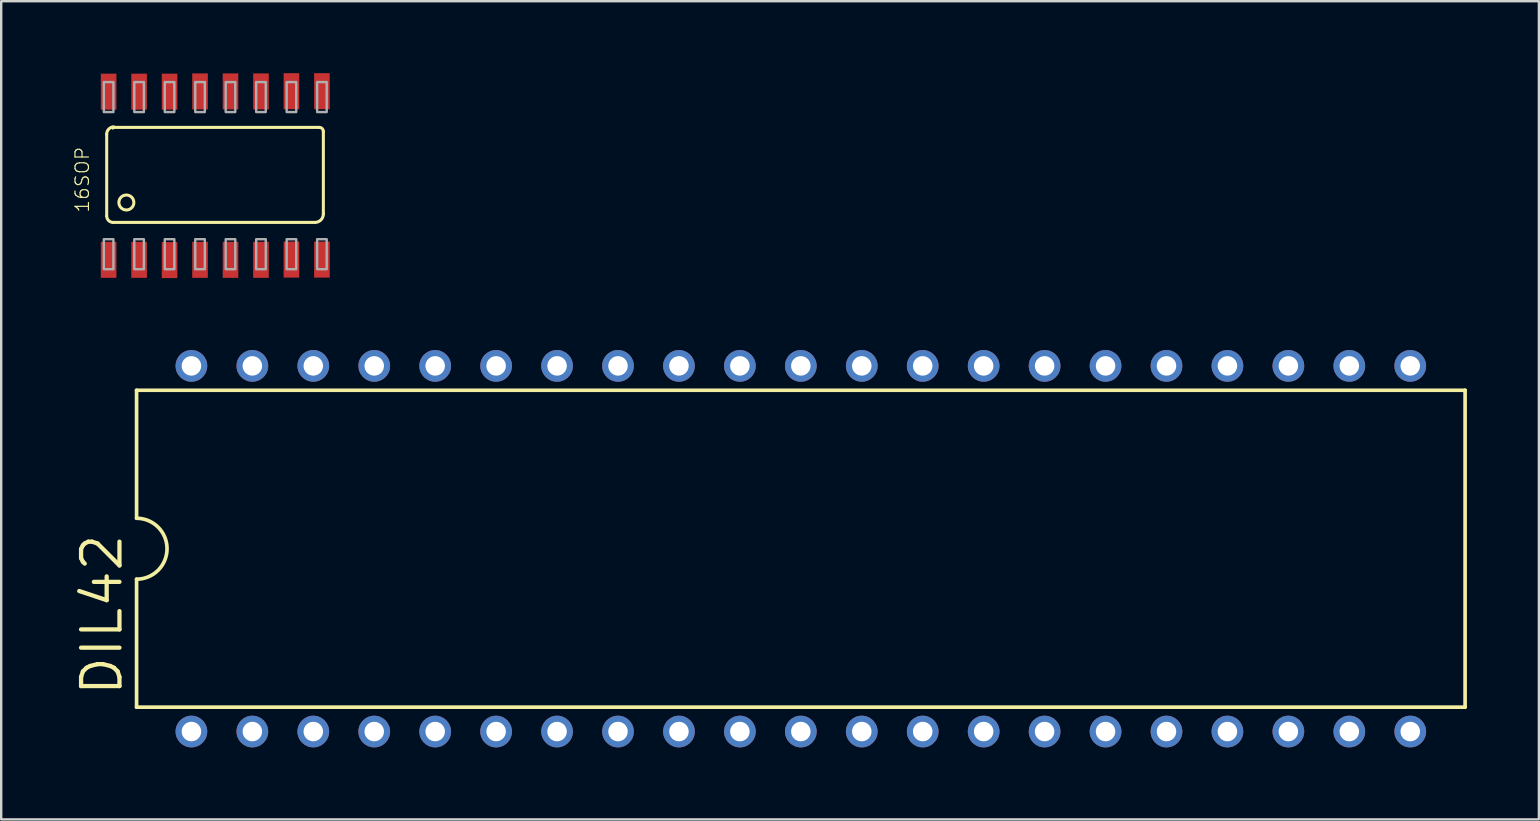
<source format=kicad_pcb>
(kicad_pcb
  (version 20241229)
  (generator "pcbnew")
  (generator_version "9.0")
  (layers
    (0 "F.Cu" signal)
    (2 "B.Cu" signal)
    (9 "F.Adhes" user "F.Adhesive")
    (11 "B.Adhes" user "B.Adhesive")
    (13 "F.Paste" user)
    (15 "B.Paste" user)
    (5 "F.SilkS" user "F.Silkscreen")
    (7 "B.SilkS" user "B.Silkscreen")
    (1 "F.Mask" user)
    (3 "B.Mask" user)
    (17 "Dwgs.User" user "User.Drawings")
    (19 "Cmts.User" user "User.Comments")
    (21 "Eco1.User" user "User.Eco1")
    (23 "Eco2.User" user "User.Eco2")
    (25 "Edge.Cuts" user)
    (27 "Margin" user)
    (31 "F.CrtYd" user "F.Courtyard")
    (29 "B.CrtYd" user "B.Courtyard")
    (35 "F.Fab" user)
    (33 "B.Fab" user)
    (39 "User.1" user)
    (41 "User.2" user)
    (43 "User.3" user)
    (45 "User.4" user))
  (footprint "16SOP"
    (layer "F.Cu")
    (at 1.277 6.92)
    (property "Reference" "16SOP" (at -0.57 -1.07 90) (layer "F.SilkS") (effects (font (size 0.561 0.561) (thickness 0.049)) (justify left bottom)))
    (fp_line (start 0.12 -4.38) (end 0.12 -0.97) (stroke (width 0.127) (type solid)) (layer "F.SilkS"))
    (fp_line (start 0.36 -4.66) (end 0.33 -4.66) (stroke (width 0.127) (type solid)) (layer "F.SilkS"))
    (fp_line (start 0.36 -4.66) (end 0.37 -4.66) (stroke (width 0.127) (type solid)) (layer "F.SilkS"))
    (fp_line (start 0.38 -4.66) (end 0.38 -4.64) (stroke (width 0.127) (type solid)) (layer "F.SilkS"))
    (fp_line (start 0.39 -0.7) (end 8.8 -0.7) (stroke (width 0.127) (type solid)) (layer "F.SilkS"))
    (fp_line (start 8.98 -4.66) (end 0.38 -4.66) (stroke (width 0.127) (type solid)) (layer "F.SilkS"))
    (fp_line (start 9.15 -1.05) (end 9.15 -4.49) (stroke (width 0.127) (type solid)) (layer "F.SilkS"))
    (fp_arc (start 0.12 -4.38) (mid 0.207868 -4.592132) (end 0.42 -4.68) (stroke (width 0.127) (type solid)) (layer "F.SilkS"))
    (fp_arc (start 0.36 -4.66) (mid 0.374142 -4.654142) (end 0.38 -4.64) (stroke (width 0.127) (type solid)) (layer "F.SilkS"))
    (fp_arc (start 0.39 -0.7) (mid 0.199081 -0.779081) (end 0.12 -0.97) (stroke (width 0.127) (type solid)) (layer "F.SilkS"))
    (fp_arc (start 8.98 -4.66) (mid 9.100208 -4.610208) (end 9.15 -4.49) (stroke (width 0.127) (type solid)) (layer "F.SilkS"))
    (fp_arc (start 9.15 -1.05) (mid 9.047487 -0.802513) (end 8.8 -0.7) (stroke (width 0.127) (type solid)) (layer "F.SilkS"))
    (fp_circle (center 0.94 -1.53) (end 1.252 -1.53) (stroke (width 0.127) (type solid)) (fill no) (layer "F.SilkS"))
    (fp_poly (pts (xy 0 -5.3) (xy 0.4 -5.3) (xy 0.4 -6.55) (xy 0 -6.55)) (stroke (width 0.1) (type solid)) (fill no) (layer "F.Fab"))
    (fp_poly (pts (xy 0 1.25) (xy 0.4 1.25) (xy 0.4 0) (xy 0 0)) (stroke (width 0.1) (type solid)) (fill no) (layer "F.Fab"))
    (fp_poly (pts (xy 1.27 -5.3) (xy 1.67 -5.3) (xy 1.67 -6.55) (xy 1.27 -6.55)) (stroke (width 0.1) (type solid)) (fill no) (layer "F.Fab"))
    (fp_poly (pts (xy 1.27 1.25) (xy 1.67 1.25) (xy 1.67 0) (xy 1.27 0)) (stroke (width 0.1) (type solid)) (fill no) (layer "F.Fab"))
    (fp_poly (pts (xy 2.54 -5.3) (xy 2.94 -5.3) (xy 2.94 -6.55) (xy 2.54 -6.55)) (stroke (width 0.1) (type solid)) (fill no) (layer "F.Fab"))
    (fp_poly (pts (xy 2.54 1.25) (xy 2.94 1.25) (xy 2.94 0) (xy 2.54 0)) (stroke (width 0.1) (type solid)) (fill no) (layer "F.Fab"))
    (fp_poly (pts (xy 3.81 -5.3) (xy 4.21 -5.3) (xy 4.21 -6.55) (xy 3.81 -6.55)) (stroke (width 0.1) (type solid)) (fill no) (layer "F.Fab"))
    (fp_poly (pts (xy 3.81 1.25) (xy 4.21 1.25) (xy 4.21 0) (xy 3.81 0)) (stroke (width 0.1) (type solid)) (fill no) (layer "F.Fab"))
    (fp_poly (pts (xy 5.08 -5.3) (xy 5.48 -5.3) (xy 5.48 -6.55) (xy 5.08 -6.55)) (stroke (width 0.1) (type solid)) (fill no) (layer "F.Fab"))
    (fp_poly (pts (xy 5.08 1.25) (xy 5.48 1.25) (xy 5.48 0) (xy 5.08 0)) (stroke (width 0.1) (type solid)) (fill no) (layer "F.Fab"))
    (fp_poly (pts (xy 6.35 -5.3) (xy 6.75 -5.3) (xy 6.75 -6.55) (xy 6.35 -6.55)) (stroke (width 0.1) (type solid)) (fill no) (layer "F.Fab"))
    (fp_poly (pts (xy 6.35 1.25) (xy 6.75 1.25) (xy 6.75 0) (xy 6.35 0)) (stroke (width 0.1) (type solid)) (fill no) (layer "F.Fab"))
    (fp_poly (pts (xy 7.62 -5.3) (xy 8.02 -5.3) (xy 8.02 -6.55) (xy 7.62 -6.55)) (stroke (width 0.1) (type solid)) (fill no) (layer "F.Fab"))
    (fp_poly (pts (xy 7.62 1.25) (xy 8.02 1.25) (xy 8.02 0) (xy 7.62 0)) (stroke (width 0.1) (type solid)) (fill no) (layer "F.Fab"))
    (fp_poly (pts (xy 8.89 -5.3) (xy 9.29 -5.3) (xy 9.29 -6.55) (xy 8.89 -6.55)) (stroke (width 0.1) (type solid)) (fill no) (layer "F.Fab"))
    (fp_poly (pts (xy 8.89 1.25) (xy 9.29 1.25) (xy 9.29 0) (xy 8.89 0)) (stroke (width 0.1) (type solid)) (fill no) (layer "F.Fab"))
    (pad "1" smd rect (at 0.2 0.86 90) (size 1.5 0.65) (layers "F.Cu" "F.Mask" "F.Paste"))
    (pad "2" smd rect (at 1.47 0.86 90) (size 1.5 0.65) (layers "F.Cu" "F.Mask" "F.Paste"))
    (pad "3" smd rect (at 2.74 0.87 90) (size 1.5 0.65) (layers "F.Cu" "F.Mask" "F.Paste"))
    (pad "4" smd rect (at 4.01 0.86 90) (size 1.5 0.65) (layers "F.Cu" "F.Mask" "F.Paste"))
    (pad "5" smd rect (at 5.28 0.86 90) (size 1.5 0.65) (layers "F.Cu" "F.Mask" "F.Paste"))
    (pad "6" smd rect (at 6.55 0.86 90) (size 1.5 0.65) (layers "F.Cu" "F.Mask" "F.Paste"))
    (pad "7" smd rect (at 7.82 0.85 90) (size 1.5 0.65) (layers "F.Cu" "F.Mask" "F.Paste"))
    (pad "8" smd rect (at 9.09 0.85 90) (size 1.5 0.65) (layers "F.Cu" "F.Mask" "F.Paste"))
    (pad "9" smd rect (at 9.09 -6.17 90) (size 1.5 0.65) (layers "F.Cu" "F.Mask" "F.Paste"))
    (pad "10" smd rect (at 7.82 -6.17 90) (size 1.5 0.65) (layers "F.Cu" "F.Mask" "F.Paste"))
    (pad "11" smd rect (at 6.55 -6.16 90) (size 1.5 0.65) (layers "F.Cu" "F.Mask" "F.Paste"))
    (pad "12" smd rect (at 5.28 -6.16 90) (size 1.5 0.65) (layers "F.Cu" "F.Mask" "F.Paste"))
    (pad "13" smd rect (at 4.01 -6.16 90) (size 1.5 0.65) (layers "F.Cu" "F.Mask" "F.Paste"))
    (pad "14" smd rect (at 2.74 -6.15 90) (size 1.5 0.65) (layers "F.Cu" "F.Mask" "F.Paste"))
    (pad "15" smd rect (at 1.47 -6.15 90) (size 1.5 0.65) (layers "F.Cu" "F.Mask" "F.Paste"))
    (pad "16" smd rect (at 0.2 -6.15 90) (size 1.5 0.65) (layers "F.Cu" "F.Mask" "F.Paste")))
  (footprint "DIL42"
    (layer "F.Cu")
    (at 30.328 19.82)
    (property "Reference" "DIL42" (at -28.194 6.223 90) (layer "F.SilkS") (effects (font (size 1.6 1.6) (thickness 0.178)) (justify left bottom)))
    (fp_line (start -27.686 -6.604) (end -27.686 -1.27) (stroke (width 0.152) (type solid)) (layer "F.SilkS"))
    (fp_line (start -27.686 -6.604) (end 27.686 -6.604) (stroke (width 0.152) (type solid)) (layer "F.SilkS"))
    (fp_line (start -27.686 1.27) (end -27.686 6.604) (stroke (width 0.152) (type solid)) (layer "F.SilkS"))
    (fp_line (start -27.686 6.604) (end 27.686 6.604) (stroke (width 0.152) (type solid)) (layer "F.SilkS"))
    (fp_line (start 27.686 6.604) (end 27.686 -6.604) (stroke (width 0.152) (type solid)) (layer "F.SilkS"))
    (fp_arc (start -27.686 -1.27) (mid -26.416 0) (end -27.686 1.27) (stroke (width 0.1524) (type solid)) (layer "F.SilkS"))
    (pad "1" thru_hole circle (at -25.4 7.62 90) (size 1.321 1.321) (drill 0.813) (layers "*.Cu" "*.Mask"))
    (pad "2" thru_hole circle (at -22.86 7.62 90) (size 1.321 1.321) (drill 0.813) (layers "*.Cu" "*.Mask"))
    (pad "3" thru_hole circle (at -20.32 7.62 90) (size 1.321 1.321) (drill 0.813) (layers "*.Cu" "*.Mask"))
    (pad "4" thru_hole circle (at -17.78 7.62 90) (size 1.321 1.321) (drill 0.813) (layers "*.Cu" "*.Mask"))
    (pad "5" thru_hole circle (at -15.24 7.62 90) (size 1.321 1.321) (drill 0.813) (layers "*.Cu" "*.Mask"))
    (pad "6" thru_hole circle (at -12.7 7.62 90) (size 1.321 1.321) (drill 0.813) (layers "*.Cu" "*.Mask"))
    (pad "7" thru_hole circle (at -10.16 7.62 90) (size 1.321 1.321) (drill 0.813) (layers "*.Cu" "*.Mask"))
    (pad "8" thru_hole circle (at -7.62 7.62 90) (size 1.321 1.321) (drill 0.813) (layers "*.Cu" "*.Mask"))
    (pad "9" thru_hole circle (at -5.08 7.62 90) (size 1.321 1.321) (drill 0.813) (layers "*.Cu" "*.Mask"))
    (pad "10" thru_hole circle (at -2.54 7.62 90) (size 1.321 1.321) (drill 0.813) (layers "*.Cu" "*.Mask"))
    (pad "11" thru_hole circle (at 0 7.62 90) (size 1.321 1.321) (drill 0.813) (layers "*.Cu" "*.Mask"))
    (pad "12" thru_hole circle (at 2.54 7.62 90) (size 1.321 1.321) (drill 0.813) (layers "*.Cu" "*.Mask"))
    (pad "13" thru_hole circle (at 5.08 7.62 90) (size 1.321 1.321) (drill 0.813) (layers "*.Cu" "*.Mask"))
    (pad "14" thru_hole circle (at 7.62 7.62 90) (size 1.321 1.321) (drill 0.813) (layers "*.Cu" "*.Mask"))
    (pad "15" thru_hole circle (at 10.16 7.62 90) (size 1.321 1.321) (drill 0.813) (layers "*.Cu" "*.Mask"))
    (pad "16" thru_hole circle (at 12.7 7.62 90) (size 1.321 1.321) (drill 0.813) (layers "*.Cu" "*.Mask"))
    (pad "17" thru_hole circle (at 15.24 7.62 90) (size 1.321 1.321) (drill 0.813) (layers "*.Cu" "*.Mask"))
    (pad "18" thru_hole circle (at 17.78 7.62 90) (size 1.321 1.321) (drill 0.813) (layers "*.Cu" "*.Mask"))
    (pad "19" thru_hole circle (at 20.32 7.62 90) (size 1.321 1.321) (drill 0.813) (layers "*.Cu" "*.Mask"))
    (pad "20" thru_hole circle (at 22.86 7.62 90) (size 1.321 1.321) (drill 0.813) (layers "*.Cu" "*.Mask"))
    (pad "21" thru_hole circle (at 25.4 7.62 90) (size 1.321 1.321) (drill 0.813) (layers "*.Cu" "*.Mask"))
    (pad "22" thru_hole circle (at 25.4 -7.62 90) (size 1.321 1.321) (drill 0.813) (layers "*.Cu" "*.Mask"))
    (pad "23" thru_hole circle (at 22.86 -7.62 90) (size 1.321 1.321) (drill 0.813) (layers "*.Cu" "*.Mask"))
    (pad "24" thru_hole circle (at 20.32 -7.62 90) (size 1.321 1.321) (drill 0.813) (layers "*.Cu" "*.Mask"))
    (pad "25" thru_hole circle (at 17.78 -7.62 90) (size 1.321 1.321) (drill 0.813) (layers "*.Cu" "*.Mask"))
    (pad "26" thru_hole circle (at 15.24 -7.62 90) (size 1.321 1.321) (drill 0.813) (layers "*.Cu" "*.Mask"))
    (pad "27" thru_hole circle (at 12.7 -7.62 90) (size 1.321 1.321) (drill 0.813) (layers "*.Cu" "*.Mask"))
    (pad "28" thru_hole circle (at 10.16 -7.62 90) (size 1.321 1.321) (drill 0.813) (layers "*.Cu" "*.Mask"))
    (pad "29" thru_hole circle (at 7.62 -7.62 90) (size 1.321 1.321) (drill 0.813) (layers "*.Cu" "*.Mask"))
    (pad "30" thru_hole circle (at 5.08 -7.62 90) (size 1.321 1.321) (drill 0.813) (layers "*.Cu" "*.Mask"))
    (pad "31" thru_hole circle (at 2.54 -7.62 90) (size 1.321 1.321) (drill 0.813) (layers "*.Cu" "*.Mask"))
    (pad "32" thru_hole circle (at 0 -7.62 90) (size 1.321 1.321) (drill 0.813) (layers "*.Cu" "*.Mask"))
    (pad "33" thru_hole circle (at -2.54 -7.62 90) (size 1.321 1.321) (drill 0.813) (layers "*.Cu" "*.Mask"))
    (pad "34" thru_hole circle (at -5.08 -7.62 90) (size 1.321 1.321) (drill 0.813) (layers "*.Cu" "*.Mask"))
    (pad "35" thru_hole circle (at -7.62 -7.62 90) (size 1.321 1.321) (drill 0.813) (layers "*.Cu" "*.Mask"))
    (pad "36" thru_hole circle (at -10.16 -7.62 90) (size 1.321 1.321) (drill 0.813) (layers "*.Cu" "*.Mask"))
    (pad "37" thru_hole circle (at -12.7 -7.62 90) (size 1.321 1.321) (drill 0.813) (layers "*.Cu" "*.Mask"))
    (pad "38" thru_hole circle (at -15.24 -7.62 90) (size 1.321 1.321) (drill 0.813) (layers "*.Cu" "*.Mask"))
    (pad "39" thru_hole circle (at -17.78 -7.62 90) (size 1.321 1.321) (drill 0.813) (layers "*.Cu" "*.Mask"))
    (pad "40" thru_hole circle (at -20.32 -7.62 90) (size 1.321 1.321) (drill 0.813) (layers "*.Cu" "*.Mask"))
    (pad "41" thru_hole circle (at -22.86 -7.62 90) (size 1.321 1.321) (drill 0.813) (layers "*.Cu" "*.Mask"))
    (pad "42" thru_hole circle (at -25.4 -7.62 90) (size 1.321 1.321) (drill 0.813) (layers "*.Cu" "*.Mask")))
  (gr_rect
    (start -3 -3)
    (end 61.09 31.101)
    (stroke (width 0.1) (type default))
    (fill no)
    (layer "Edge.Cuts")))
</source>
